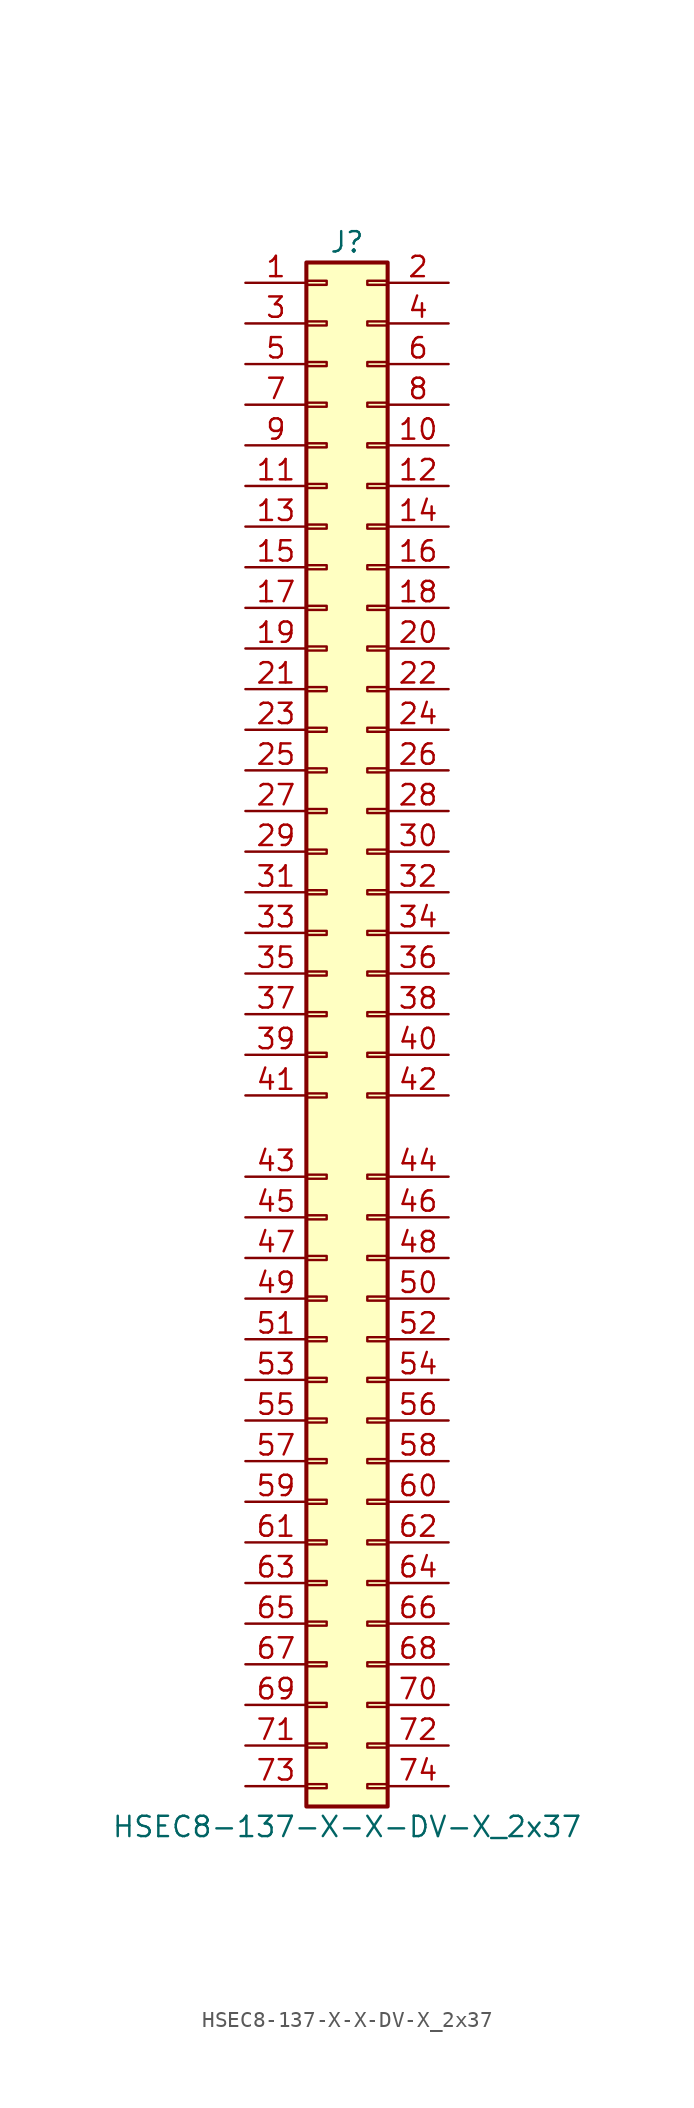
<source format=kicad_sym>
(kicad_symbol_lib
  (version 20231120)
  (generator "kicad_symbol_editor")
  (generator_version "8.0")
  (symbol "HSEC8-137-X-X-DV-X_2x37"
    (pin_names
      (offset 1.016) hide)
    (property "Reference" "J"
      (at 1.27 48.26 0)
      (effects (font (size 1.27 1.27))))
    (property "Value" "HSEC8-137-X-X-DV-X_2x37"
      (at 1.27 -50.8 0)
      (effects (font (size 1.27 1.27))))
    (property "ki_locked" ""
      (at 0 0 0)
      (effects (font (size 1.27 1.27))))
    (symbol "HSEC8-137-X-X-DV-X_2x37_1_1"
      (rectangle (start -1.27 -48.133) (end 0 -48.387) (stroke (width 0.152) (type default)) (fill (type none)))
      (rectangle (start -1.27 -45.593) (end 0 -45.847) (stroke (width 0.152) (type default)) (fill (type none)))
      (rectangle (start -1.27 -43.053) (end 0 -43.307) (stroke (width 0.152) (type default)) (fill (type none)))
      (rectangle (start -1.27 -40.513) (end 0 -40.767) (stroke (width 0.152) (type default)) (fill (type none)))
      (rectangle (start -1.27 -37.973) (end 0 -38.227) (stroke (width 0.152) (type default)) (fill (type none)))
      (rectangle (start -1.27 -35.433) (end 0 -35.687) (stroke (width 0.152) (type default)) (fill (type none)))
      (rectangle (start -1.27 -32.893) (end 0 -33.147) (stroke (width 0.152) (type default)) (fill (type none)))
      (rectangle (start -1.27 -30.353) (end 0 -30.607) (stroke (width 0.152) (type default)) (fill (type none)))
      (rectangle (start -1.27 -27.813) (end 0 -28.067) (stroke (width 0.152) (type default)) (fill (type none)))
      (rectangle (start -1.27 -25.273) (end 0 -25.527) (stroke (width 0.152) (type default)) (fill (type none)))
      (rectangle (start -1.27 -22.733) (end 0 -22.987) (stroke (width 0.152) (type default)) (fill (type none)))
      (rectangle (start -1.27 -20.193) (end 0 -20.447) (stroke (width 0.152) (type default)) (fill (type none)))
      (rectangle (start -1.27 -17.653) (end 0 -17.907) (stroke (width 0.152) (type default)) (fill (type none)))
      (rectangle (start -1.27 -15.113) (end 0 -15.367) (stroke (width 0.152) (type default)) (fill (type none)))
      (rectangle (start -1.27 -12.573) (end 0 -12.827) (stroke (width 0.152) (type default)) (fill (type none)))
      (rectangle (start -1.27 -10.033) (end 0 -10.287) (stroke (width 0.152) (type default)) (fill (type none)))
      (rectangle (start -1.27 -4.953) (end 0 -5.207) (stroke (width 0.152) (type default)) (fill (type none)))
      (rectangle (start -1.27 -2.413) (end 0 -2.667) (stroke (width 0.152) (type default)) (fill (type none)))
      (rectangle (start -1.27 0.127) (end 0 -0.127) (stroke (width 0.152) (type default)) (fill (type none)))
      (rectangle (start -1.27 2.667) (end 0 2.413) (stroke (width 0.152) (type default)) (fill (type none)))
      (rectangle (start -1.27 5.207) (end 0 4.953) (stroke (width 0.152) (type default)) (fill (type none)))
      (rectangle (start -1.27 7.747) (end 0 7.493) (stroke (width 0.152) (type default)) (fill (type none)))
      (rectangle (start -1.27 10.287) (end 0 10.033) (stroke (width 0.152) (type default)) (fill (type none)))
      (rectangle (start -1.27 12.827) (end 0 12.573) (stroke (width 0.152) (type default)) (fill (type none)))
      (rectangle (start -1.27 15.367) (end 0 15.113) (stroke (width 0.152) (type default)) (fill (type none)))
      (rectangle (start -1.27 17.907) (end 0 17.653) (stroke (width 0.152) (type default)) (fill (type none)))
      (rectangle (start -1.27 20.447) (end 0 20.193) (stroke (width 0.152) (type default)) (fill (type none)))
      (rectangle (start -1.27 22.987) (end 0 22.733) (stroke (width 0.152) (type default)) (fill (type none)))
      (rectangle (start -1.27 25.527) (end 0 25.273) (stroke (width 0.152) (type default)) (fill (type none)))
      (rectangle (start -1.27 28.067) (end 0 27.813) (stroke (width 0.152) (type default)) (fill (type none)))
      (rectangle (start -1.27 30.607) (end 0 30.353) (stroke (width 0.152) (type default)) (fill (type none)))
      (rectangle (start -1.27 33.147) (end 0 32.893) (stroke (width 0.152) (type default)) (fill (type none)))
      (rectangle (start -1.27 35.687) (end 0 35.433) (stroke (width 0.152) (type default)) (fill (type none)))
      (rectangle (start -1.27 38.227) (end 0 37.973) (stroke (width 0.152) (type default)) (fill (type none)))
      (rectangle (start -1.27 40.767) (end 0 40.513) (stroke (width 0.152) (type default)) (fill (type none)))
      (rectangle (start -1.27 43.307) (end 0 43.053) (stroke (width 0.152) (type default)) (fill (type none)))
      (rectangle (start -1.27 45.847) (end 0 45.593) (stroke (width 0.152) (type default)) (fill (type none)))
      (rectangle (start -1.27 46.99) (end 3.81 -49.53) (stroke (width 0.254) (type default)) (fill (type background)))
      (rectangle (start 3.81 -48.133) (end 2.54 -48.387) (stroke (width 0.152) (type default)) (fill (type none)))
      (rectangle (start 3.81 -45.593) (end 2.54 -45.847) (stroke (width 0.152) (type default)) (fill (type none)))
      (rectangle (start 3.81 -43.053) (end 2.54 -43.307) (stroke (width 0.152) (type default)) (fill (type none)))
      (rectangle (start 3.81 -40.513) (end 2.54 -40.767) (stroke (width 0.152) (type default)) (fill (type none)))
      (rectangle (start 3.81 -37.973) (end 2.54 -38.227) (stroke (width 0.152) (type default)) (fill (type none)))
      (rectangle (start 3.81 -35.433) (end 2.54 -35.687) (stroke (width 0.152) (type default)) (fill (type none)))
      (rectangle (start 3.81 -32.893) (end 2.54 -33.147) (stroke (width 0.152) (type default)) (fill (type none)))
      (rectangle (start 3.81 -30.353) (end 2.54 -30.607) (stroke (width 0.152) (type default)) (fill (type none)))
      (rectangle (start 3.81 -27.813) (end 2.54 -28.067) (stroke (width 0.152) (type default)) (fill (type none)))
      (rectangle (start 3.81 -25.273) (end 2.54 -25.527) (stroke (width 0.152) (type default)) (fill (type none)))
      (rectangle (start 3.81 -22.733) (end 2.54 -22.987) (stroke (width 0.152) (type default)) (fill (type none)))
      (rectangle (start 3.81 -20.193) (end 2.54 -20.447) (stroke (width 0.152) (type default)) (fill (type none)))
      (rectangle (start 3.81 -17.653) (end 2.54 -17.907) (stroke (width 0.152) (type default)) (fill (type none)))
      (rectangle (start 3.81 -15.113) (end 2.54 -15.367) (stroke (width 0.152) (type default)) (fill (type none)))
      (rectangle (start 3.81 -12.573) (end 2.54 -12.827) (stroke (width 0.152) (type default)) (fill (type none)))
      (rectangle (start 3.81 -10.033) (end 2.54 -10.287) (stroke (width 0.152) (type default)) (fill (type none)))
      (rectangle (start 3.81 -4.953) (end 2.54 -5.207) (stroke (width 0.152) (type default)) (fill (type none)))
      (rectangle (start 3.81 -2.413) (end 2.54 -2.667) (stroke (width 0.152) (type default)) (fill (type none)))
      (rectangle (start 3.81 0.127) (end 2.54 -0.127) (stroke (width 0.152) (type default)) (fill (type none)))
      (rectangle (start 3.81 2.667) (end 2.54 2.413) (stroke (width 0.152) (type default)) (fill (type none)))
      (rectangle (start 3.81 5.207) (end 2.54 4.953) (stroke (width 0.152) (type default)) (fill (type none)))
      (rectangle (start 3.81 7.747) (end 2.54 7.493) (stroke (width 0.152) (type default)) (fill (type none)))
      (rectangle (start 3.81 10.287) (end 2.54 10.033) (stroke (width 0.152) (type default)) (fill (type none)))
      (rectangle (start 3.81 12.827) (end 2.54 12.573) (stroke (width 0.152) (type default)) (fill (type none)))
      (rectangle (start 3.81 15.367) (end 2.54 15.113) (stroke (width 0.152) (type default)) (fill (type none)))
      (rectangle (start 3.81 17.907) (end 2.54 17.653) (stroke (width 0.152) (type default)) (fill (type none)))
      (rectangle (start 3.81 20.447) (end 2.54 20.193) (stroke (width 0.152) (type default)) (fill (type none)))
      (rectangle (start 3.81 22.987) (end 2.54 22.733) (stroke (width 0.152) (type default)) (fill (type none)))
      (rectangle (start 3.81 25.527) (end 2.54 25.273) (stroke (width 0.152) (type default)) (fill (type none)))
      (rectangle (start 3.81 28.067) (end 2.54 27.813) (stroke (width 0.152) (type default)) (fill (type none)))
      (rectangle (start 3.81 30.607) (end 2.54 30.353) (stroke (width 0.152) (type default)) (fill (type none)))
      (rectangle (start 3.81 33.147) (end 2.54 32.893) (stroke (width 0.152) (type default)) (fill (type none)))
      (rectangle (start 3.81 35.687) (end 2.54 35.433) (stroke (width 0.152) (type default)) (fill (type none)))
      (rectangle (start 3.81 38.227) (end 2.54 37.973) (stroke (width 0.152) (type default)) (fill (type none)))
      (rectangle (start 3.81 40.767) (end 2.54 40.513) (stroke (width 0.152) (type default)) (fill (type none)))
      (rectangle (start 3.81 43.307) (end 2.54 43.053) (stroke (width 0.152) (type default)) (fill (type none)))
      (rectangle (start 3.81 45.847) (end 2.54 45.593) (stroke (width 0.152) (type default)) (fill (type none)))
      (pin passive line (at -5.08 45.72 0) (length 3.81) (name "Pin_1" (effects (font (size 1.27 1.27)))) (number "1" (effects (font (size 1.27 1.27)))))
      (pin passive line (at 7.62 35.56 180) (length 3.81) (name "Pin_10" (effects (font (size 1.27 1.27)))) (number "10" (effects (font (size 1.27 1.27)))))
      (pin passive line (at -5.08 33.02 0) (length 3.81) (name "Pin_11" (effects (font (size 1.27 1.27)))) (number "11" (effects (font (size 1.27 1.27)))))
      (pin passive line (at 7.62 33.02 180) (length 3.81) (name "Pin_12" (effects (font (size 1.27 1.27)))) (number "12" (effects (font (size 1.27 1.27)))))
      (pin passive line (at -5.08 30.48 0) (length 3.81) (name "Pin_13" (effects (font (size 1.27 1.27)))) (number "13" (effects (font (size 1.27 1.27)))))
      (pin passive line (at 7.62 30.48 180) (length 3.81) (name "Pin_14" (effects (font (size 1.27 1.27)))) (number "14" (effects (font (size 1.27 1.27)))))
      (pin passive line (at -5.08 27.94 0) (length 3.81) (name "Pin_15" (effects (font (size 1.27 1.27)))) (number "15" (effects (font (size 1.27 1.27)))))
      (pin passive line (at 7.62 27.94 180) (length 3.81) (name "Pin_16" (effects (font (size 1.27 1.27)))) (number "16" (effects (font (size 1.27 1.27)))))
      (pin passive line (at -5.08 25.4 0) (length 3.81) (name "Pin_17" (effects (font (size 1.27 1.27)))) (number "17" (effects (font (size 1.27 1.27)))))
      (pin passive line (at 7.62 25.4 180) (length 3.81) (name "Pin_18" (effects (font (size 1.27 1.27)))) (number "18" (effects (font (size 1.27 1.27)))))
      (pin passive line (at -5.08 22.86 0) (length 3.81) (name "Pin_19" (effects (font (size 1.27 1.27)))) (number "19" (effects (font (size 1.27 1.27)))))
      (pin passive line (at 7.62 45.72 180) (length 3.81) (name "Pin_2" (effects (font (size 1.27 1.27)))) (number "2" (effects (font (size 1.27 1.27)))))
      (pin passive line (at 7.62 22.86 180) (length 3.81) (name "Pin_20" (effects (font (size 1.27 1.27)))) (number "20" (effects (font (size 1.27 1.27)))))
      (pin passive line (at -5.08 20.32 0) (length 3.81) (name "Pin_21" (effects (font (size 1.27 1.27)))) (number "21" (effects (font (size 1.27 1.27)))))
      (pin passive line (at 7.62 20.32 180) (length 3.81) (name "Pin_22" (effects (font (size 1.27 1.27)))) (number "22" (effects (font (size 1.27 1.27)))))
      (pin passive line (at -5.08 17.78 0) (length 3.81) (name "Pin_23" (effects (font (size 1.27 1.27)))) (number "23" (effects (font (size 1.27 1.27)))))
      (pin passive line (at 7.62 17.78 180) (length 3.81) (name "Pin_24" (effects (font (size 1.27 1.27)))) (number "24" (effects (font (size 1.27 1.27)))))
      (pin passive line (at -5.08 15.24 0) (length 3.81) (name "Pin_25" (effects (font (size 1.27 1.27)))) (number "25" (effects (font (size 1.27 1.27)))))
      (pin passive line (at 7.62 15.24 180) (length 3.81) (name "Pin_26" (effects (font (size 1.27 1.27)))) (number "26" (effects (font (size 1.27 1.27)))))
      (pin passive line (at -5.08 12.7 0) (length 3.81) (name "Pin_27" (effects (font (size 1.27 1.27)))) (number "27" (effects (font (size 1.27 1.27)))))
      (pin passive line (at 7.62 12.7 180) (length 3.81) (name "Pin_28" (effects (font (size 1.27 1.27)))) (number "28" (effects (font (size 1.27 1.27)))))
      (pin passive line (at -5.08 10.16 0) (length 3.81) (name "Pin_29" (effects (font (size 1.27 1.27)))) (number "29" (effects (font (size 1.27 1.27)))))
      (pin passive line (at -5.08 43.18 0) (length 3.81) (name "Pin_3" (effects (font (size 1.27 1.27)))) (number "3" (effects (font (size 1.27 1.27)))))
      (pin passive line (at 7.62 10.16 180) (length 3.81) (name "Pin_30" (effects (font (size 1.27 1.27)))) (number "30" (effects (font (size 1.27 1.27)))))
      (pin passive line (at -5.08 7.62 0) (length 3.81) (name "Pin_31" (effects (font (size 1.27 1.27)))) (number "31" (effects (font (size 1.27 1.27)))))
      (pin passive line (at 7.62 7.62 180) (length 3.81) (name "Pin_32" (effects (font (size 1.27 1.27)))) (number "32" (effects (font (size 1.27 1.27)))))
      (pin passive line (at -5.08 5.08 0) (length 3.81) (name "Pin_33" (effects (font (size 1.27 1.27)))) (number "33" (effects (font (size 1.27 1.27)))))
      (pin passive line (at 7.62 5.08 180) (length 3.81) (name "Pin_34" (effects (font (size 1.27 1.27)))) (number "34" (effects (font (size 1.27 1.27)))))
      (pin passive line (at -5.08 2.54 0) (length 3.81) (name "Pin_35" (effects (font (size 1.27 1.27)))) (number "35" (effects (font (size 1.27 1.27)))))
      (pin passive line (at 7.62 2.54 180) (length 3.81) (name "Pin_36" (effects (font (size 1.27 1.27)))) (number "36" (effects (font (size 1.27 1.27)))))
      (pin passive line (at -5.08 0 0) (length 3.81) (name "Pin_37" (effects (font (size 1.27 1.27)))) (number "37" (effects (font (size 1.27 1.27)))))
      (pin passive line (at 7.62 0 180) (length 3.81) (name "Pin_38" (effects (font (size 1.27 1.27)))) (number "38" (effects (font (size 1.27 1.27)))))
      (pin passive line (at -5.08 -2.54 0) (length 3.81) (name "Pin_39" (effects (font (size 1.27 1.27)))) (number "39" (effects (font (size 1.27 1.27)))))
      (pin passive line (at 7.62 43.18 180) (length 3.81) (name "Pin_4" (effects (font (size 1.27 1.27)))) (number "4" (effects (font (size 1.27 1.27)))))
      (pin passive line (at 7.62 -2.54 180) (length 3.81) (name "Pin_40" (effects (font (size 1.27 1.27)))) (number "40" (effects (font (size 1.27 1.27)))))
      (pin passive line (at -5.08 -5.08 0) (length 3.81) (name "Pin_41" (effects (font (size 1.27 1.27)))) (number "41" (effects (font (size 1.27 1.27)))))
      (pin passive line (at 7.62 -5.08 180) (length 3.81) (name "Pin_42" (effects (font (size 1.27 1.27)))) (number "42" (effects (font (size 1.27 1.27)))))
      (pin passive line (at -5.08 -10.16 0) (length 3.81) (name "Pin_43" (effects (font (size 1.27 1.27)))) (number "43" (effects (font (size 1.27 1.27)))))
      (pin passive line (at 7.62 -10.16 180) (length 3.81) (name "Pin_44" (effects (font (size 1.27 1.27)))) (number "44" (effects (font (size 1.27 1.27)))))
      (pin passive line (at -5.08 -12.7 0) (length 3.81) (name "Pin_45" (effects (font (size 1.27 1.27)))) (number "45" (effects (font (size 1.27 1.27)))))
      (pin passive line (at 7.62 -12.7 180) (length 3.81) (name "Pin_46" (effects (font (size 1.27 1.27)))) (number "46" (effects (font (size 1.27 1.27)))))
      (pin passive line (at -5.08 -15.24 0) (length 3.81) (name "Pin_47" (effects (font (size 1.27 1.27)))) (number "47" (effects (font (size 1.27 1.27)))))
      (pin passive line (at 7.62 -15.24 180) (length 3.81) (name "Pin_48" (effects (font (size 1.27 1.27)))) (number "48" (effects (font (size 1.27 1.27)))))
      (pin passive line (at -5.08 -17.78 0) (length 3.81) (name "Pin_49" (effects (font (size 1.27 1.27)))) (number "49" (effects (font (size 1.27 1.27)))))
      (pin passive line (at -5.08 40.64 0) (length 3.81) (name "Pin_5" (effects (font (size 1.27 1.27)))) (number "5" (effects (font (size 1.27 1.27)))))
      (pin passive line (at 7.62 -17.78 180) (length 3.81) (name "Pin_50" (effects (font (size 1.27 1.27)))) (number "50" (effects (font (size 1.27 1.27)))))
      (pin passive line (at -5.08 -20.32 0) (length 3.81) (name "Pin_51" (effects (font (size 1.27 1.27)))) (number "51" (effects (font (size 1.27 1.27)))))
      (pin passive line (at 7.62 -20.32 180) (length 3.81) (name "Pin_52" (effects (font (size 1.27 1.27)))) (number "52" (effects (font (size 1.27 1.27)))))
      (pin passive line (at -5.08 -22.86 0) (length 3.81) (name "Pin_53" (effects (font (size 1.27 1.27)))) (number "53" (effects (font (size 1.27 1.27)))))
      (pin passive line (at 7.62 -22.86 180) (length 3.81) (name "Pin_54" (effects (font (size 1.27 1.27)))) (number "54" (effects (font (size 1.27 1.27)))))
      (pin passive line (at -5.08 -25.4 0) (length 3.81) (name "Pin_55" (effects (font (size 1.27 1.27)))) (number "55" (effects (font (size 1.27 1.27)))))
      (pin passive line (at 7.62 -25.4 180) (length 3.81) (name "Pin_56" (effects (font (size 1.27 1.27)))) (number "56" (effects (font (size 1.27 1.27)))))
      (pin passive line (at -5.08 -27.94 0) (length 3.81) (name "Pin_57" (effects (font (size 1.27 1.27)))) (number "57" (effects (font (size 1.27 1.27)))))
      (pin passive line (at 7.62 -27.94 180) (length 3.81) (name "Pin_58" (effects (font (size 1.27 1.27)))) (number "58" (effects (font (size 1.27 1.27)))))
      (pin passive line (at -5.08 -30.48 0) (length 3.81) (name "Pin_59" (effects (font (size 1.27 1.27)))) (number "59" (effects (font (size 1.27 1.27)))))
      (pin passive line (at 7.62 40.64 180) (length 3.81) (name "Pin_6" (effects (font (size 1.27 1.27)))) (number "6" (effects (font (size 1.27 1.27)))))
      (pin passive line (at 7.62 -30.48 180) (length 3.81) (name "Pin_60" (effects (font (size 1.27 1.27)))) (number "60" (effects (font (size 1.27 1.27)))))
      (pin passive line (at -5.08 -33.02 0) (length 3.81) (name "Pin_61" (effects (font (size 1.27 1.27)))) (number "61" (effects (font (size 1.27 1.27)))))
      (pin passive line (at 7.62 -33.02 180) (length 3.81) (name "Pin_62" (effects (font (size 1.27 1.27)))) (number "62" (effects (font (size 1.27 1.27)))))
      (pin passive line (at -5.08 -35.56 0) (length 3.81) (name "Pin_63" (effects (font (size 1.27 1.27)))) (number "63" (effects (font (size 1.27 1.27)))))
      (pin passive line (at 7.62 -35.56 180) (length 3.81) (name "Pin_64" (effects (font (size 1.27 1.27)))) (number "64" (effects (font (size 1.27 1.27)))))
      (pin passive line (at -5.08 -38.1 0) (length 3.81) (name "Pin_65" (effects (font (size 1.27 1.27)))) (number "65" (effects (font (size 1.27 1.27)))))
      (pin passive line (at 7.62 -38.1 180) (length 3.81) (name "Pin_66" (effects (font (size 1.27 1.27)))) (number "66" (effects (font (size 1.27 1.27)))))
      (pin passive line (at -5.08 -40.64 0) (length 3.81) (name "Pin_67" (effects (font (size 1.27 1.27)))) (number "67" (effects (font (size 1.27 1.27)))))
      (pin passive line (at 7.62 -40.64 180) (length 3.81) (name "Pin_68" (effects (font (size 1.27 1.27)))) (number "68" (effects (font (size 1.27 1.27)))))
      (pin passive line (at -5.08 -43.18 0) (length 3.81) (name "Pin_69" (effects (font (size 1.27 1.27)))) (number "69" (effects (font (size 1.27 1.27)))))
      (pin passive line (at -5.08 38.1 0) (length 3.81) (name "Pin_7" (effects (font (size 1.27 1.27)))) (number "7" (effects (font (size 1.27 1.27)))))
      (pin passive line (at 7.62 -43.18 180) (length 3.81) (name "Pin_70" (effects (font (size 1.27 1.27)))) (number "70" (effects (font (size 1.27 1.27)))))
      (pin passive line (at -5.08 -45.72 0) (length 3.81) (name "Pin_71" (effects (font (size 1.27 1.27)))) (number "71" (effects (font (size 1.27 1.27)))))
      (pin passive line (at 7.62 -45.72 180) (length 3.81) (name "Pin_72" (effects (font (size 1.27 1.27)))) (number "72" (effects (font (size 1.27 1.27)))))
      (pin passive line (at -5.08 -48.26 0) (length 3.81) (name "Pin_73" (effects (font (size 1.27 1.27)))) (number "73" (effects (font (size 1.27 1.27)))))
      (pin passive line (at 7.62 -48.26 180) (length 3.81) (name "Pin_74" (effects (font (size 1.27 1.27)))) (number "74" (effects (font (size 1.27 1.27)))))
      (pin passive line (at 7.62 38.1 180) (length 3.81) (name "Pin_8" (effects (font (size 1.27 1.27)))) (number "8" (effects (font (size 1.27 1.27)))))
      (pin passive line (at -5.08 35.56 0) (length 3.81) (name "Pin_9" (effects (font (size 1.27 1.27)))) (number "9" (effects (font (size 1.27 1.27))))))))
</source>
